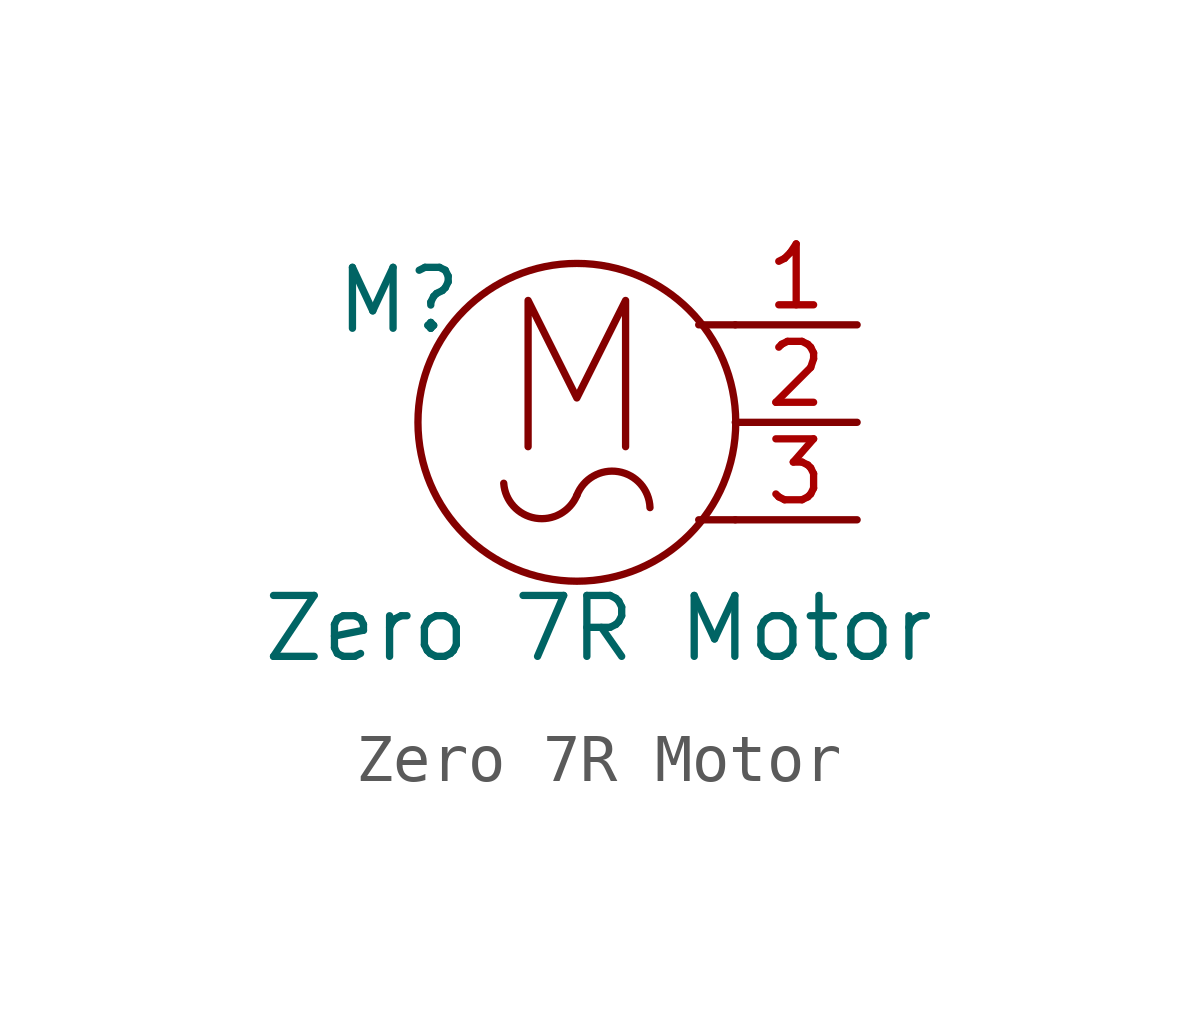
<source format=kicad_sym>
(kicad_symbol_lib
  (version 20211014)
  (generator kicad_symbol_editor)
  (symbol "Zero 7R Motor"
    (pin_names
      (offset 0))
    (property "Reference" "M"
      (at -5.08 2.54 0)
      (effects (font (size 1.27 1.27)) (justify left)))
    (property "Value" "Zero 7R Motor"
      (at -6.604 -3.556 0)
      (effects (font (size 1.27 1.27)) (justify left top)))
    (symbol "Zero 7R Motor_0_0"
      (arc (start -1.524 -1.27) (mid -0.8622 -1.9982) (end 0 -1.524) (stroke (width 0) (type default) (color 0 0 0 0)) (fill (type none)))
      (polyline (pts (xy -1.016 -0.508) (xy -1.016 2.54) (xy 0 0.508) (xy 1.016 2.54) (xy 1.016 -0.508)) (stroke (width 0) (type default) (color 0 0 0 0)) (fill (type none)))
      (arc (start 1.524 -1.778) (mid 0.8657 -1.0287) (end 0 -1.524) (stroke (width 0) (type default) (color 0 0 0 0)) (fill (type none))))
    (symbol "Zero 7R Motor_0_1"
      (circle (center 0 0) (radius 3.312) (stroke (width 0) (type default) (color 0 0 0 0)) (fill (type none)))
      (polyline (pts (xy 3.302 -2.032) (xy 2.54 -2.032)) (stroke (width 0) (type default) (color 0 0 0 0)) (fill (type none)))
      (polyline (pts (xy 3.302 2.032) (xy 2.54 2.032)) (stroke (width 0) (type default) (color 0 0 0 0)) (fill (type none))))
    (symbol "Zero 7R Motor_1_1"
      (pin passive line (at 5.842 2.032 180) (length 2.54) (name "~" (effects (font (size 1.27 1.27)))) (number "1" (effects (font (size 1.27 1.27)))))
      (pin passive line (at 5.842 0 180) (length 2.54) (name "~" (effects (font (size 1.27 1.27)))) (number "2" (effects (font (size 1.27 1.27)))))
      (pin passive line (at 5.842 -2.032 180) (length 2.54) (name "~" (effects (font (size 1.27 1.27)))) (number "3" (effects (font (size 1.27 1.27))))))))
</source>
